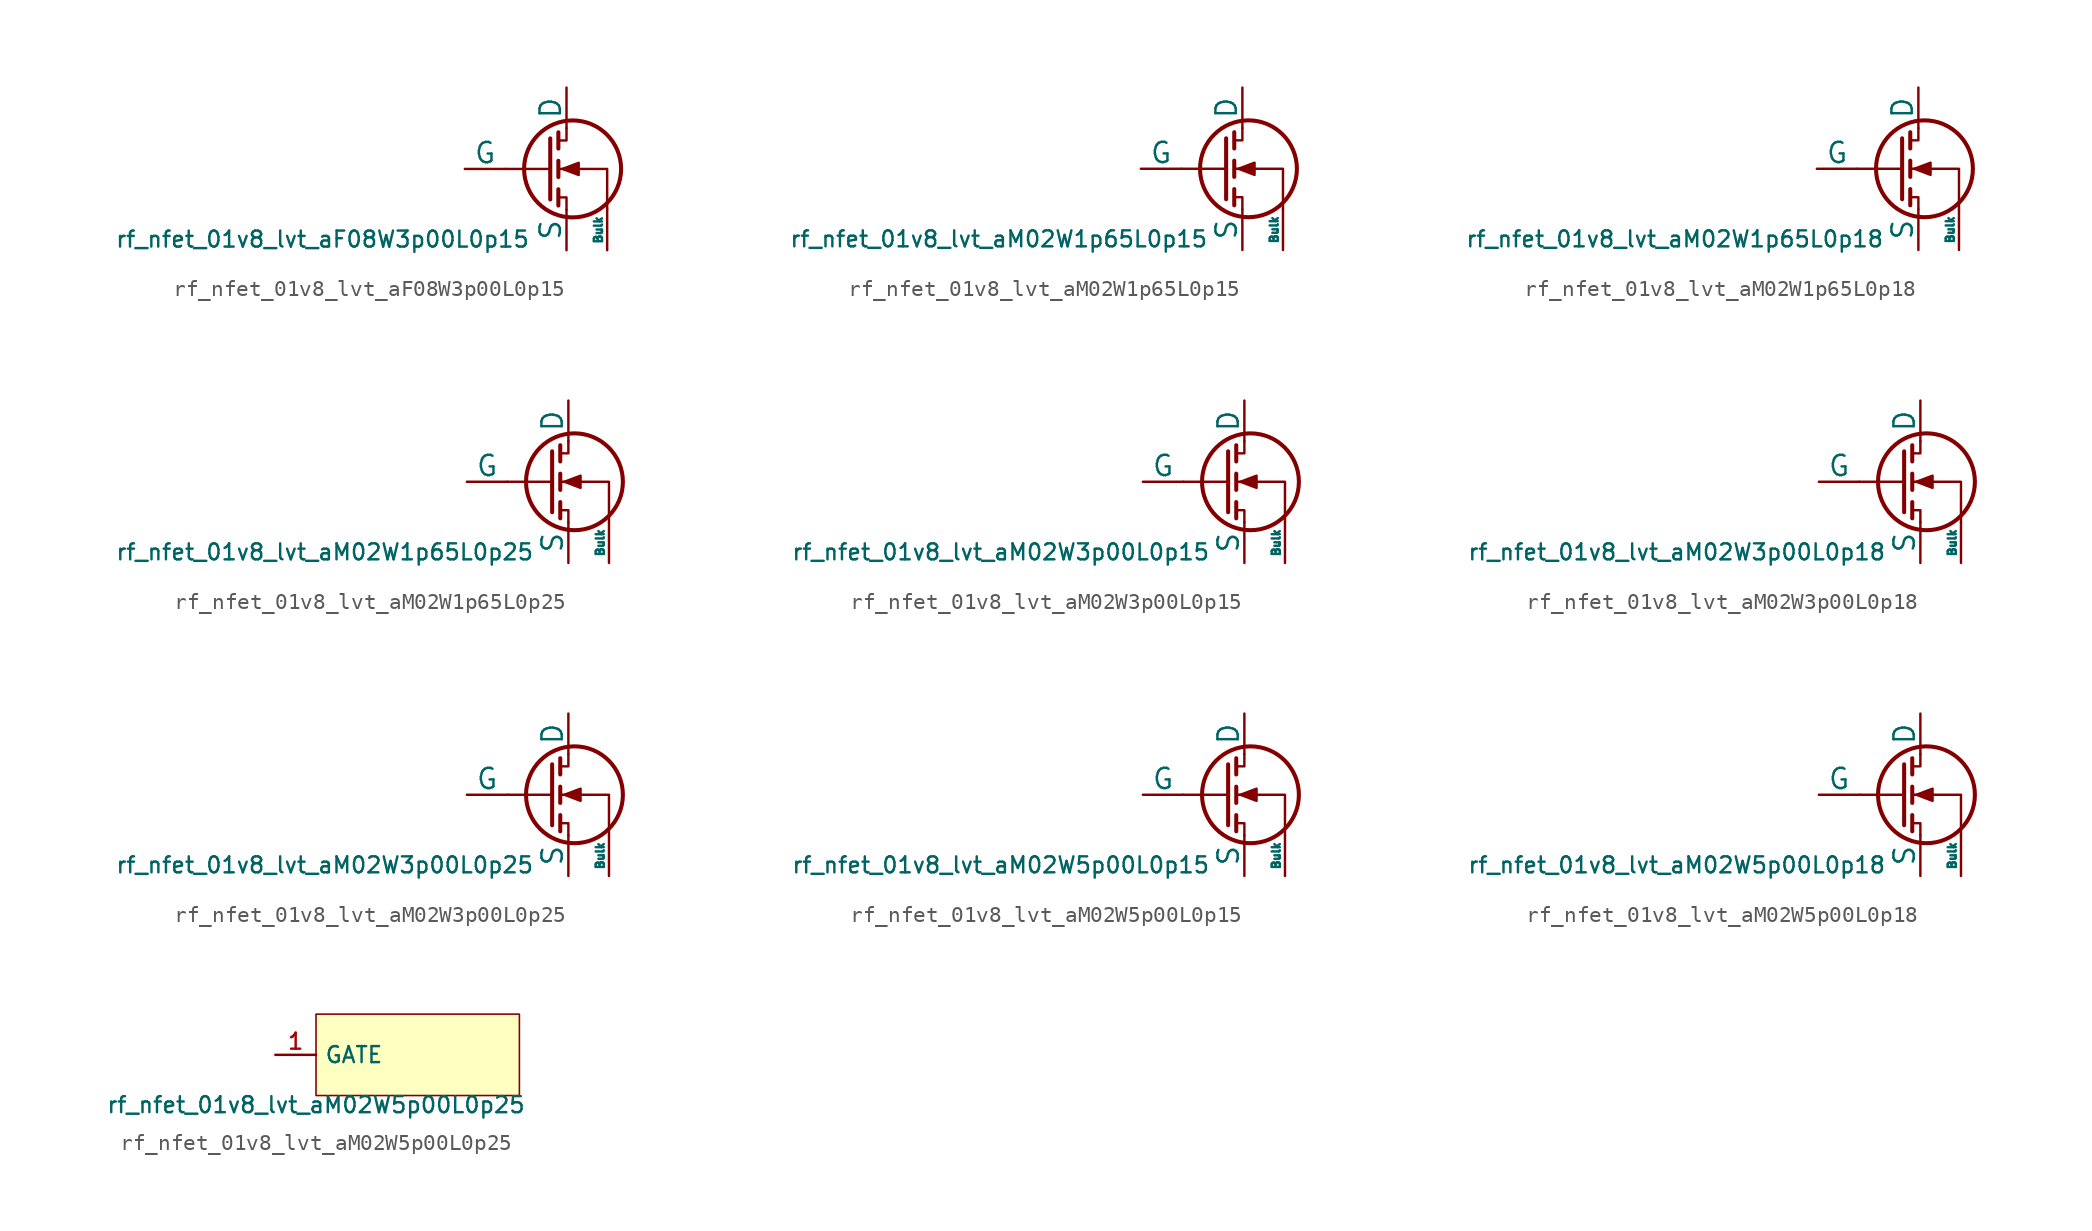
<source format=kicad_sym>
(kicad_symbol_lib
  (version 20211014)
  (generator pdk2kicad)
  (symbol "rf_nfet_01v8_lvt_aF08W3p00L0p15"
    (pin_numbers hide)
    (pin_names
      (offset 0))
    (property "Reference" "Q"
      (at 0 0 0)
      (effects (font (size 1 1)) hide))
    (property "Value" "rf_nfet_01v8_lvt_aF08W3p00L0p15"
      (at -12.7 -3.81 0)
      (effects (font (size 1 1)) (justify top)))
    (polyline
      (pts (xy 1.524 0) (xy -1.27 0))
      (stroke (width 0) (type default))
      (fill (type none)))
    (polyline
      (pts (xy 1.524 1.905) (xy 1.524 -1.905))
      (stroke (width 0.254) (type default))
      (fill (type none)))
    (polyline
      (pts (xy 2.032 -1.27) (xy 2.032 -2.286))
      (stroke (width 0.254) (type default))
      (fill (type none)))
    (polyline
      (pts (xy 2.032 0.508) (xy 2.032 -0.508))
      (stroke (width 0.254) (type default))
      (fill (type none)))
    (polyline
      (pts (xy 2.032 2.286) (xy 2.032 1.27))
      (stroke (width 0.254) (type default))
      (fill (type none)))
    (polyline
      (pts (xy 2.032 1.778) (xy 2.54 1.778) (xy 2.54 2.54))
      (stroke (width 0) (type default))
      (fill (type none)))
    (polyline
      (pts (xy 2.54 -2.54) (xy 2.54 -1.778) (xy 2.032 -1.778))
      (stroke (width 0) (type default))
      (fill (type none)))
    (polyline
      (pts (xy 5.08 -2.54) (xy 5.08 0) (xy 2.032 0))
      (stroke (width 0) (type default))
      (fill (type none)))
    (polyline
      (pts (xy 2.286 0) (xy 3.302 0.381) (xy 3.302 -0.381) (xy 2.286 0))
      (stroke (width 0) (type default))
      (fill (type outline)))
    (circle
      (center 2.921 0)
      (radius 3.029)
      (stroke (width 0.254) (type default))
      (fill (type none)))
    (pin passive line
      (at 2.54 5.08 270)
      (length 2.54)
      (name "D" (effects (font (size 1.27 1.27))))
      (number "1" (effects (font (size 1.27 1.27)))))
    (pin input line
      (at -3.81 0 0)
      (length 2.54)
      (name "G" (effects (font (size 1.27 1.27))))
      (number "2" (effects (font (size 1.27 1.27)))))
    (pin passive line
      (at 2.54 -5.08 90)
      (length 2.54)
      (name "S" (effects (font (size 1.27 1.27))))
      (number "3" (effects (font (size 1.27 1.27)))))
    (pin input line
      (at 5.08 -5.08 90)
      (length 2.54)
      (name "Bulk" (effects (font (size 0.508 0.508))))
      (number "4" (effects (font (size 1.27 1.27))))))
  (symbol "rf_nfet_01v8_lvt_aM02W1p65L0p15"
    (pin_numbers hide)
    (pin_names
      (offset 0))
    (property "Reference" "Q"
      (at 0 0 0)
      (effects (font (size 1 1)) hide))
    (property "Value" "rf_nfet_01v8_lvt_aM02W1p65L0p15"
      (at -12.7 -3.81 0)
      (effects (font (size 1 1)) (justify top)))
    (polyline
      (pts (xy 1.524 0) (xy -1.27 0))
      (stroke (width 0) (type default))
      (fill (type none)))
    (polyline
      (pts (xy 1.524 1.905) (xy 1.524 -1.905))
      (stroke (width 0.254) (type default))
      (fill (type none)))
    (polyline
      (pts (xy 2.032 -1.27) (xy 2.032 -2.286))
      (stroke (width 0.254) (type default))
      (fill (type none)))
    (polyline
      (pts (xy 2.032 0.508) (xy 2.032 -0.508))
      (stroke (width 0.254) (type default))
      (fill (type none)))
    (polyline
      (pts (xy 2.032 2.286) (xy 2.032 1.27))
      (stroke (width 0.254) (type default))
      (fill (type none)))
    (polyline
      (pts (xy 2.032 1.778) (xy 2.54 1.778) (xy 2.54 2.54))
      (stroke (width 0) (type default))
      (fill (type none)))
    (polyline
      (pts (xy 2.54 -2.54) (xy 2.54 -1.778) (xy 2.032 -1.778))
      (stroke (width 0) (type default))
      (fill (type none)))
    (polyline
      (pts (xy 5.08 -2.54) (xy 5.08 0) (xy 2.032 0))
      (stroke (width 0) (type default))
      (fill (type none)))
    (polyline
      (pts (xy 2.286 0) (xy 3.302 0.381) (xy 3.302 -0.381) (xy 2.286 0))
      (stroke (width 0) (type default))
      (fill (type outline)))
    (circle
      (center 2.921 0)
      (radius 3.029)
      (stroke (width 0.254) (type default))
      (fill (type none)))
    (pin passive line
      (at 2.54 5.08 270)
      (length 2.54)
      (name "D" (effects (font (size 1.27 1.27))))
      (number "1" (effects (font (size 1.27 1.27)))))
    (pin input line
      (at -3.81 0 0)
      (length 2.54)
      (name "G" (effects (font (size 1.27 1.27))))
      (number "2" (effects (font (size 1.27 1.27)))))
    (pin passive line
      (at 2.54 -5.08 90)
      (length 2.54)
      (name "S" (effects (font (size 1.27 1.27))))
      (number "3" (effects (font (size 1.27 1.27)))))
    (pin input line
      (at 5.08 -5.08 90)
      (length 2.54)
      (name "Bulk" (effects (font (size 0.508 0.508))))
      (number "4" (effects (font (size 1.27 1.27))))))
  (symbol "rf_nfet_01v8_lvt_aM02W1p65L0p18"
    (pin_numbers hide)
    (pin_names
      (offset 0))
    (property "Reference" "Q"
      (at 0 0 0)
      (effects (font (size 1 1)) hide))
    (property "Value" "rf_nfet_01v8_lvt_aM02W1p65L0p18"
      (at -12.7 -3.81 0)
      (effects (font (size 1 1)) (justify top)))
    (polyline
      (pts (xy 1.524 0) (xy -1.27 0))
      (stroke (width 0) (type default))
      (fill (type none)))
    (polyline
      (pts (xy 1.524 1.905) (xy 1.524 -1.905))
      (stroke (width 0.254) (type default))
      (fill (type none)))
    (polyline
      (pts (xy 2.032 -1.27) (xy 2.032 -2.286))
      (stroke (width 0.254) (type default))
      (fill (type none)))
    (polyline
      (pts (xy 2.032 0.508) (xy 2.032 -0.508))
      (stroke (width 0.254) (type default))
      (fill (type none)))
    (polyline
      (pts (xy 2.032 2.286) (xy 2.032 1.27))
      (stroke (width 0.254) (type default))
      (fill (type none)))
    (polyline
      (pts (xy 2.032 1.778) (xy 2.54 1.778) (xy 2.54 2.54))
      (stroke (width 0) (type default))
      (fill (type none)))
    (polyline
      (pts (xy 2.54 -2.54) (xy 2.54 -1.778) (xy 2.032 -1.778))
      (stroke (width 0) (type default))
      (fill (type none)))
    (polyline
      (pts (xy 5.08 -2.54) (xy 5.08 0) (xy 2.032 0))
      (stroke (width 0) (type default))
      (fill (type none)))
    (polyline
      (pts (xy 2.286 0) (xy 3.302 0.381) (xy 3.302 -0.381) (xy 2.286 0))
      (stroke (width 0) (type default))
      (fill (type outline)))
    (circle
      (center 2.921 0)
      (radius 3.029)
      (stroke (width 0.254) (type default))
      (fill (type none)))
    (pin passive line
      (at 2.54 5.08 270)
      (length 2.54)
      (name "D" (effects (font (size 1.27 1.27))))
      (number "1" (effects (font (size 1.27 1.27)))))
    (pin input line
      (at -3.81 0 0)
      (length 2.54)
      (name "G" (effects (font (size 1.27 1.27))))
      (number "2" (effects (font (size 1.27 1.27)))))
    (pin passive line
      (at 2.54 -5.08 90)
      (length 2.54)
      (name "S" (effects (font (size 1.27 1.27))))
      (number "3" (effects (font (size 1.27 1.27)))))
    (pin input line
      (at 5.08 -5.08 90)
      (length 2.54)
      (name "Bulk" (effects (font (size 0.508 0.508))))
      (number "4" (effects (font (size 1.27 1.27))))))
  (symbol "rf_nfet_01v8_lvt_aM02W1p65L0p25"
    (pin_numbers hide)
    (pin_names
      (offset 0))
    (property "Reference" "Q"
      (at 0 0 0)
      (effects (font (size 1 1)) hide))
    (property "Value" "rf_nfet_01v8_lvt_aM02W1p65L0p25"
      (at -12.7 -3.81 0)
      (effects (font (size 1 1)) (justify top)))
    (polyline
      (pts (xy 1.524 0) (xy -1.27 0))
      (stroke (width 0) (type default))
      (fill (type none)))
    (polyline
      (pts (xy 1.524 1.905) (xy 1.524 -1.905))
      (stroke (width 0.254) (type default))
      (fill (type none)))
    (polyline
      (pts (xy 2.032 -1.27) (xy 2.032 -2.286))
      (stroke (width 0.254) (type default))
      (fill (type none)))
    (polyline
      (pts (xy 2.032 0.508) (xy 2.032 -0.508))
      (stroke (width 0.254) (type default))
      (fill (type none)))
    (polyline
      (pts (xy 2.032 2.286) (xy 2.032 1.27))
      (stroke (width 0.254) (type default))
      (fill (type none)))
    (polyline
      (pts (xy 2.032 1.778) (xy 2.54 1.778) (xy 2.54 2.54))
      (stroke (width 0) (type default))
      (fill (type none)))
    (polyline
      (pts (xy 2.54 -2.54) (xy 2.54 -1.778) (xy 2.032 -1.778))
      (stroke (width 0) (type default))
      (fill (type none)))
    (polyline
      (pts (xy 5.08 -2.54) (xy 5.08 0) (xy 2.032 0))
      (stroke (width 0) (type default))
      (fill (type none)))
    (polyline
      (pts (xy 2.286 0) (xy 3.302 0.381) (xy 3.302 -0.381) (xy 2.286 0))
      (stroke (width 0) (type default))
      (fill (type outline)))
    (circle
      (center 2.921 0)
      (radius 3.029)
      (stroke (width 0.254) (type default))
      (fill (type none)))
    (pin passive line
      (at 2.54 5.08 270)
      (length 2.54)
      (name "D" (effects (font (size 1.27 1.27))))
      (number "1" (effects (font (size 1.27 1.27)))))
    (pin input line
      (at -3.81 0 0)
      (length 2.54)
      (name "G" (effects (font (size 1.27 1.27))))
      (number "2" (effects (font (size 1.27 1.27)))))
    (pin passive line
      (at 2.54 -5.08 90)
      (length 2.54)
      (name "S" (effects (font (size 1.27 1.27))))
      (number "3" (effects (font (size 1.27 1.27)))))
    (pin input line
      (at 5.08 -5.08 90)
      (length 2.54)
      (name "Bulk" (effects (font (size 0.508 0.508))))
      (number "4" (effects (font (size 1.27 1.27))))))
  (symbol "rf_nfet_01v8_lvt_aM02W3p00L0p15"
    (pin_numbers hide)
    (pin_names
      (offset 0))
    (property "Reference" "Q"
      (at 0 0 0)
      (effects (font (size 1 1)) hide))
    (property "Value" "rf_nfet_01v8_lvt_aM02W3p00L0p15"
      (at -12.7 -3.81 0)
      (effects (font (size 1 1)) (justify top)))
    (polyline
      (pts (xy 1.524 0) (xy -1.27 0))
      (stroke (width 0) (type default))
      (fill (type none)))
    (polyline
      (pts (xy 1.524 1.905) (xy 1.524 -1.905))
      (stroke (width 0.254) (type default))
      (fill (type none)))
    (polyline
      (pts (xy 2.032 -1.27) (xy 2.032 -2.286))
      (stroke (width 0.254) (type default))
      (fill (type none)))
    (polyline
      (pts (xy 2.032 0.508) (xy 2.032 -0.508))
      (stroke (width 0.254) (type default))
      (fill (type none)))
    (polyline
      (pts (xy 2.032 2.286) (xy 2.032 1.27))
      (stroke (width 0.254) (type default))
      (fill (type none)))
    (polyline
      (pts (xy 2.032 1.778) (xy 2.54 1.778) (xy 2.54 2.54))
      (stroke (width 0) (type default))
      (fill (type none)))
    (polyline
      (pts (xy 2.54 -2.54) (xy 2.54 -1.778) (xy 2.032 -1.778))
      (stroke (width 0) (type default))
      (fill (type none)))
    (polyline
      (pts (xy 5.08 -2.54) (xy 5.08 0) (xy 2.032 0))
      (stroke (width 0) (type default))
      (fill (type none)))
    (polyline
      (pts (xy 2.286 0) (xy 3.302 0.381) (xy 3.302 -0.381) (xy 2.286 0))
      (stroke (width 0) (type default))
      (fill (type outline)))
    (circle
      (center 2.921 0)
      (radius 3.029)
      (stroke (width 0.254) (type default))
      (fill (type none)))
    (pin passive line
      (at 2.54 5.08 270)
      (length 2.54)
      (name "D" (effects (font (size 1.27 1.27))))
      (number "1" (effects (font (size 1.27 1.27)))))
    (pin input line
      (at -3.81 0 0)
      (length 2.54)
      (name "G" (effects (font (size 1.27 1.27))))
      (number "2" (effects (font (size 1.27 1.27)))))
    (pin passive line
      (at 2.54 -5.08 90)
      (length 2.54)
      (name "S" (effects (font (size 1.27 1.27))))
      (number "3" (effects (font (size 1.27 1.27)))))
    (pin input line
      (at 5.08 -5.08 90)
      (length 2.54)
      (name "Bulk" (effects (font (size 0.508 0.508))))
      (number "4" (effects (font (size 1.27 1.27))))))
  (symbol "rf_nfet_01v8_lvt_aM02W3p00L0p18"
    (pin_numbers hide)
    (pin_names
      (offset 0))
    (property "Reference" "Q"
      (at 0 0 0)
      (effects (font (size 1 1)) hide))
    (property "Value" "rf_nfet_01v8_lvt_aM02W3p00L0p18"
      (at -12.7 -3.81 0)
      (effects (font (size 1 1)) (justify top)))
    (polyline
      (pts (xy 1.524 0) (xy -1.27 0))
      (stroke (width 0) (type default))
      (fill (type none)))
    (polyline
      (pts (xy 1.524 1.905) (xy 1.524 -1.905))
      (stroke (width 0.254) (type default))
      (fill (type none)))
    (polyline
      (pts (xy 2.032 -1.27) (xy 2.032 -2.286))
      (stroke (width 0.254) (type default))
      (fill (type none)))
    (polyline
      (pts (xy 2.032 0.508) (xy 2.032 -0.508))
      (stroke (width 0.254) (type default))
      (fill (type none)))
    (polyline
      (pts (xy 2.032 2.286) (xy 2.032 1.27))
      (stroke (width 0.254) (type default))
      (fill (type none)))
    (polyline
      (pts (xy 2.032 1.778) (xy 2.54 1.778) (xy 2.54 2.54))
      (stroke (width 0) (type default))
      (fill (type none)))
    (polyline
      (pts (xy 2.54 -2.54) (xy 2.54 -1.778) (xy 2.032 -1.778))
      (stroke (width 0) (type default))
      (fill (type none)))
    (polyline
      (pts (xy 5.08 -2.54) (xy 5.08 0) (xy 2.032 0))
      (stroke (width 0) (type default))
      (fill (type none)))
    (polyline
      (pts (xy 2.286 0) (xy 3.302 0.381) (xy 3.302 -0.381) (xy 2.286 0))
      (stroke (width 0) (type default))
      (fill (type outline)))
    (circle
      (center 2.921 0)
      (radius 3.029)
      (stroke (width 0.254) (type default))
      (fill (type none)))
    (pin passive line
      (at 2.54 5.08 270)
      (length 2.54)
      (name "D" (effects (font (size 1.27 1.27))))
      (number "1" (effects (font (size 1.27 1.27)))))
    (pin input line
      (at -3.81 0 0)
      (length 2.54)
      (name "G" (effects (font (size 1.27 1.27))))
      (number "2" (effects (font (size 1.27 1.27)))))
    (pin passive line
      (at 2.54 -5.08 90)
      (length 2.54)
      (name "S" (effects (font (size 1.27 1.27))))
      (number "3" (effects (font (size 1.27 1.27)))))
    (pin input line
      (at 5.08 -5.08 90)
      (length 2.54)
      (name "Bulk" (effects (font (size 0.508 0.508))))
      (number "4" (effects (font (size 1.27 1.27))))))
  (symbol "rf_nfet_01v8_lvt_aM02W3p00L0p25"
    (pin_numbers hide)
    (pin_names
      (offset 0))
    (property "Reference" "Q"
      (at 0 0 0)
      (effects (font (size 1 1)) hide))
    (property "Value" "rf_nfet_01v8_lvt_aM02W3p00L0p25"
      (at -12.7 -3.81 0)
      (effects (font (size 1 1)) (justify top)))
    (polyline
      (pts (xy 1.524 0) (xy -1.27 0))
      (stroke (width 0) (type default))
      (fill (type none)))
    (polyline
      (pts (xy 1.524 1.905) (xy 1.524 -1.905))
      (stroke (width 0.254) (type default))
      (fill (type none)))
    (polyline
      (pts (xy 2.032 -1.27) (xy 2.032 -2.286))
      (stroke (width 0.254) (type default))
      (fill (type none)))
    (polyline
      (pts (xy 2.032 0.508) (xy 2.032 -0.508))
      (stroke (width 0.254) (type default))
      (fill (type none)))
    (polyline
      (pts (xy 2.032 2.286) (xy 2.032 1.27))
      (stroke (width 0.254) (type default))
      (fill (type none)))
    (polyline
      (pts (xy 2.032 1.778) (xy 2.54 1.778) (xy 2.54 2.54))
      (stroke (width 0) (type default))
      (fill (type none)))
    (polyline
      (pts (xy 2.54 -2.54) (xy 2.54 -1.778) (xy 2.032 -1.778))
      (stroke (width 0) (type default))
      (fill (type none)))
    (polyline
      (pts (xy 5.08 -2.54) (xy 5.08 0) (xy 2.032 0))
      (stroke (width 0) (type default))
      (fill (type none)))
    (polyline
      (pts (xy 2.286 0) (xy 3.302 0.381) (xy 3.302 -0.381) (xy 2.286 0))
      (stroke (width 0) (type default))
      (fill (type outline)))
    (circle
      (center 2.921 0)
      (radius 3.029)
      (stroke (width 0.254) (type default))
      (fill (type none)))
    (pin passive line
      (at 2.54 5.08 270)
      (length 2.54)
      (name "D" (effects (font (size 1.27 1.27))))
      (number "1" (effects (font (size 1.27 1.27)))))
    (pin input line
      (at -3.81 0 0)
      (length 2.54)
      (name "G" (effects (font (size 1.27 1.27))))
      (number "2" (effects (font (size 1.27 1.27)))))
    (pin passive line
      (at 2.54 -5.08 90)
      (length 2.54)
      (name "S" (effects (font (size 1.27 1.27))))
      (number "3" (effects (font (size 1.27 1.27)))))
    (pin input line
      (at 5.08 -5.08 90)
      (length 2.54)
      (name "Bulk" (effects (font (size 0.508 0.508))))
      (number "4" (effects (font (size 1.27 1.27))))))
  (symbol "rf_nfet_01v8_lvt_aM02W5p00L0p15"
    (pin_numbers hide)
    (pin_names
      (offset 0))
    (property "Reference" "Q"
      (at 0 0 0)
      (effects (font (size 1 1)) hide))
    (property "Value" "rf_nfet_01v8_lvt_aM02W5p00L0p15"
      (at -12.7 -3.81 0)
      (effects (font (size 1 1)) (justify top)))
    (polyline
      (pts (xy 1.524 0) (xy -1.27 0))
      (stroke (width 0) (type default))
      (fill (type none)))
    (polyline
      (pts (xy 1.524 1.905) (xy 1.524 -1.905))
      (stroke (width 0.254) (type default))
      (fill (type none)))
    (polyline
      (pts (xy 2.032 -1.27) (xy 2.032 -2.286))
      (stroke (width 0.254) (type default))
      (fill (type none)))
    (polyline
      (pts (xy 2.032 0.508) (xy 2.032 -0.508))
      (stroke (width 0.254) (type default))
      (fill (type none)))
    (polyline
      (pts (xy 2.032 2.286) (xy 2.032 1.27))
      (stroke (width 0.254) (type default))
      (fill (type none)))
    (polyline
      (pts (xy 2.032 1.778) (xy 2.54 1.778) (xy 2.54 2.54))
      (stroke (width 0) (type default))
      (fill (type none)))
    (polyline
      (pts (xy 2.54 -2.54) (xy 2.54 -1.778) (xy 2.032 -1.778))
      (stroke (width 0) (type default))
      (fill (type none)))
    (polyline
      (pts (xy 5.08 -2.54) (xy 5.08 0) (xy 2.032 0))
      (stroke (width 0) (type default))
      (fill (type none)))
    (polyline
      (pts (xy 2.286 0) (xy 3.302 0.381) (xy 3.302 -0.381) (xy 2.286 0))
      (stroke (width 0) (type default))
      (fill (type outline)))
    (circle
      (center 2.921 0)
      (radius 3.029)
      (stroke (width 0.254) (type default))
      (fill (type none)))
    (pin passive line
      (at 2.54 5.08 270)
      (length 2.54)
      (name "D" (effects (font (size 1.27 1.27))))
      (number "1" (effects (font (size 1.27 1.27)))))
    (pin input line
      (at -3.81 0 0)
      (length 2.54)
      (name "G" (effects (font (size 1.27 1.27))))
      (number "2" (effects (font (size 1.27 1.27)))))
    (pin passive line
      (at 2.54 -5.08 90)
      (length 2.54)
      (name "S" (effects (font (size 1.27 1.27))))
      (number "3" (effects (font (size 1.27 1.27)))))
    (pin input line
      (at 5.08 -5.08 90)
      (length 2.54)
      (name "Bulk" (effects (font (size 0.508 0.508))))
      (number "4" (effects (font (size 1.27 1.27))))))
  (symbol "rf_nfet_01v8_lvt_aM02W5p00L0p18"
    (pin_numbers hide)
    (pin_names
      (offset 0))
    (property "Reference" "Q"
      (at 0 0 0)
      (effects (font (size 1 1)) hide))
    (property "Value" "rf_nfet_01v8_lvt_aM02W5p00L0p18"
      (at -12.7 -3.81 0)
      (effects (font (size 1 1)) (justify top)))
    (polyline
      (pts (xy 1.524 0) (xy -1.27 0))
      (stroke (width 0) (type default))
      (fill (type none)))
    (polyline
      (pts (xy 1.524 1.905) (xy 1.524 -1.905))
      (stroke (width 0.254) (type default))
      (fill (type none)))
    (polyline
      (pts (xy 2.032 -1.27) (xy 2.032 -2.286))
      (stroke (width 0.254) (type default))
      (fill (type none)))
    (polyline
      (pts (xy 2.032 0.508) (xy 2.032 -0.508))
      (stroke (width 0.254) (type default))
      (fill (type none)))
    (polyline
      (pts (xy 2.032 2.286) (xy 2.032 1.27))
      (stroke (width 0.254) (type default))
      (fill (type none)))
    (polyline
      (pts (xy 2.032 1.778) (xy 2.54 1.778) (xy 2.54 2.54))
      (stroke (width 0) (type default))
      (fill (type none)))
    (polyline
      (pts (xy 2.54 -2.54) (xy 2.54 -1.778) (xy 2.032 -1.778))
      (stroke (width 0) (type default))
      (fill (type none)))
    (polyline
      (pts (xy 5.08 -2.54) (xy 5.08 0) (xy 2.032 0))
      (stroke (width 0) (type default))
      (fill (type none)))
    (polyline
      (pts (xy 2.286 0) (xy 3.302 0.381) (xy 3.302 -0.381) (xy 2.286 0))
      (stroke (width 0) (type default))
      (fill (type outline)))
    (circle
      (center 2.921 0)
      (radius 3.029)
      (stroke (width 0.254) (type default))
      (fill (type none)))
    (pin passive line
      (at 2.54 5.08 270)
      (length 2.54)
      (name "D" (effects (font (size 1.27 1.27))))
      (number "1" (effects (font (size 1.27 1.27)))))
    (pin input line
      (at -3.81 0 0)
      (length 2.54)
      (name "G" (effects (font (size 1.27 1.27))))
      (number "2" (effects (font (size 1.27 1.27)))))
    (pin passive line
      (at 2.54 -5.08 90)
      (length 2.54)
      (name "S" (effects (font (size 1.27 1.27))))
      (number "3" (effects (font (size 1.27 1.27)))))
    (pin input line
      (at 5.08 -5.08 90)
      (length 2.54)
      (name "Bulk" (effects (font (size 0.508 0.508))))
      (number "4" (effects (font (size 1.27 1.27))))))
  (symbol "rf_nfet_01v8_lvt_aM02W5p00L0p25"
    (property "Reference" "Q"
      (at 0 0 0)
      (effects (font (size 1 1)) hide))
    (property "Value" "rf_nfet_01v8_lvt_aM02W5p00L0p25"
      (at -6.35 -2.54 0)
      (effects (font (size 1 1)) (justify top)))
    (rectangle
      (start -6.35 -2.54)
      (end 6.35 2.54)
      (stroke (width 0.1) (type solid) (color 0 0 0 0))
      (fill (type background)))
    (pin bidirectional line
      (at -8.89 0.0 0)
      (length 2.54)
      (name "GATE" (effects (font (size 1 1)) hide))
      (number "1" (effects (font (size 1 1)) hide)))))
</source>
